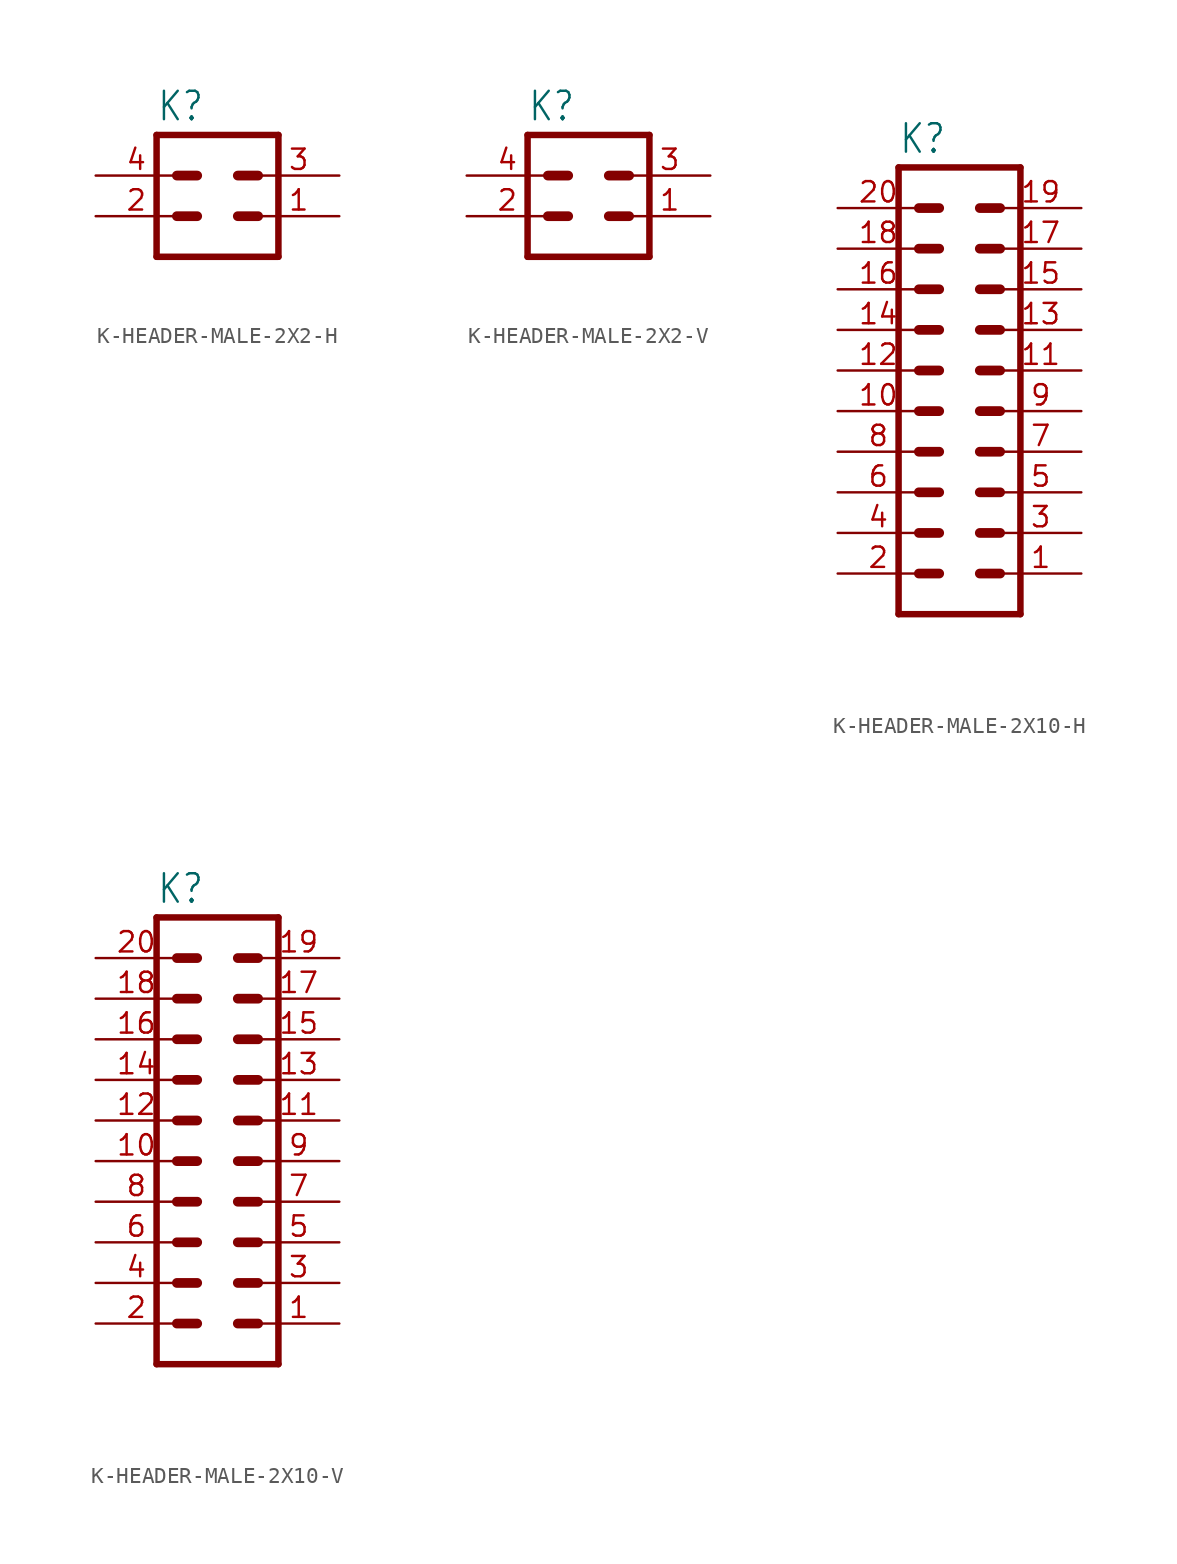
<source format=kicad_sym>
(kicad_symbol_lib
  (version 20231120)
  (generator "kicad_symbol_editor")
  (generator_version "8.0")
  (symbol "K-HEADER-MALE-2X2-H"
    (property "Reference" "K"
      (at -3.81 3.302 0)
      (effects (font (size 1.778 1.511)) (justify left bottom)))
    (property "Value" ""
      (at -3.81 -7.62 0)
      (effects (font (size 1.778 1.511)) (justify left bottom)))
    (property "ki_locked" ""
      (at 0 0 0)
      (effects (font (size 1.27 1.27))))
    (symbol "K-HEADER-MALE-2X2-H_1_0"
      (polyline (pts (xy -3.81 2.54) (xy -3.81 -5.08)) (stroke (width 0.406) (type solid)) (fill (type none)))
      (polyline (pts (xy -3.81 2.54) (xy 3.81 2.54)) (stroke (width 0.406) (type solid)) (fill (type none)))
      (polyline (pts (xy -2.54 -2.54) (xy -1.27 -2.54)) (stroke (width 0.61) (type solid)) (fill (type none)))
      (polyline (pts (xy -2.54 0) (xy -1.27 0)) (stroke (width 0.61) (type solid)) (fill (type none)))
      (polyline (pts (xy 1.27 -2.54) (xy 2.54 -2.54)) (stroke (width 0.61) (type solid)) (fill (type none)))
      (polyline (pts (xy 1.27 0) (xy 2.54 0)) (stroke (width 0.61) (type solid)) (fill (type none)))
      (polyline (pts (xy 3.81 -5.08) (xy -3.81 -5.08)) (stroke (width 0.406) (type solid)) (fill (type none)))
      (polyline (pts (xy 3.81 -5.08) (xy 3.81 2.54)) (stroke (width 0.406) (type solid)) (fill (type none)))
      (pin passive line (at 7.62 -2.54 180) (length 5.08) (name "1" (effects (font (size 0 0)))) (number "1" (effects (font (size 1.27 1.27)))))
      (pin passive line (at -7.62 -2.54 0) (length 5.08) (name "2" (effects (font (size 0 0)))) (number "2" (effects (font (size 1.27 1.27)))))
      (pin passive line (at 7.62 0 180) (length 5.08) (name "3" (effects (font (size 0 0)))) (number "3" (effects (font (size 1.27 1.27)))))
      (pin passive line (at -7.62 0 0) (length 5.08) (name "4" (effects (font (size 0 0)))) (number "4" (effects (font (size 1.27 1.27)))))))
  (symbol "K-HEADER-MALE-2X2-V"
    (property "Reference" "K"
      (at -3.81 3.302 0)
      (effects (font (size 1.778 1.511)) (justify left bottom)))
    (property "Value" ""
      (at -3.81 -7.62 0)
      (effects (font (size 1.778 1.511)) (justify left bottom)))
    (property "ki_locked" ""
      (at 0 0 0)
      (effects (font (size 1.27 1.27))))
    (symbol "K-HEADER-MALE-2X2-V_1_0"
      (polyline (pts (xy -3.81 2.54) (xy -3.81 -5.08)) (stroke (width 0.406) (type solid)) (fill (type none)))
      (polyline (pts (xy -3.81 2.54) (xy 3.81 2.54)) (stroke (width 0.406) (type solid)) (fill (type none)))
      (polyline (pts (xy -2.54 -2.54) (xy -1.27 -2.54)) (stroke (width 0.61) (type solid)) (fill (type none)))
      (polyline (pts (xy -2.54 0) (xy -1.27 0)) (stroke (width 0.61) (type solid)) (fill (type none)))
      (polyline (pts (xy 1.27 -2.54) (xy 2.54 -2.54)) (stroke (width 0.61) (type solid)) (fill (type none)))
      (polyline (pts (xy 1.27 0) (xy 2.54 0)) (stroke (width 0.61) (type solid)) (fill (type none)))
      (polyline (pts (xy 3.81 -5.08) (xy -3.81 -5.08)) (stroke (width 0.406) (type solid)) (fill (type none)))
      (polyline (pts (xy 3.81 -5.08) (xy 3.81 2.54)) (stroke (width 0.406) (type solid)) (fill (type none)))
      (pin passive line (at 7.62 -2.54 180) (length 5.08) (name "1" (effects (font (size 0 0)))) (number "1" (effects (font (size 1.27 1.27)))))
      (pin passive line (at -7.62 -2.54 0) (length 5.08) (name "2" (effects (font (size 0 0)))) (number "2" (effects (font (size 1.27 1.27)))))
      (pin passive line (at 7.62 0 180) (length 5.08) (name "3" (effects (font (size 0 0)))) (number "3" (effects (font (size 1.27 1.27)))))
      (pin passive line (at -7.62 0 0) (length 5.08) (name "4" (effects (font (size 0 0)))) (number "4" (effects (font (size 1.27 1.27)))))))
  (symbol "K-HEADER-MALE-2X10-H"
    (property "Reference" "K"
      (at -3.81 16.002 0)
      (effects (font (size 1.778 1.511)) (justify left bottom)))
    (property "Value" ""
      (at -3.81 -15.24 0)
      (effects (font (size 1.778 1.511)) (justify left bottom)))
    (property "ki_locked" ""
      (at 0 0 0)
      (effects (font (size 1.27 1.27))))
    (symbol "K-HEADER-MALE-2X10-H_1_0"
      (polyline (pts (xy -3.81 15.24) (xy -3.81 -12.7)) (stroke (width 0.406) (type solid)) (fill (type none)))
      (polyline (pts (xy -3.81 15.24) (xy 3.81 15.24)) (stroke (width 0.406) (type solid)) (fill (type none)))
      (polyline (pts (xy -2.54 -10.16) (xy -1.27 -10.16)) (stroke (width 0.61) (type solid)) (fill (type none)))
      (polyline (pts (xy -2.54 -7.62) (xy -1.27 -7.62)) (stroke (width 0.61) (type solid)) (fill (type none)))
      (polyline (pts (xy -2.54 -5.08) (xy -1.27 -5.08)) (stroke (width 0.61) (type solid)) (fill (type none)))
      (polyline (pts (xy -2.54 -2.54) (xy -1.27 -2.54)) (stroke (width 0.61) (type solid)) (fill (type none)))
      (polyline (pts (xy -2.54 0) (xy -1.27 0)) (stroke (width 0.61) (type solid)) (fill (type none)))
      (polyline (pts (xy -2.54 2.54) (xy -1.27 2.54)) (stroke (width 0.61) (type solid)) (fill (type none)))
      (polyline (pts (xy -2.54 5.08) (xy -1.27 5.08)) (stroke (width 0.61) (type solid)) (fill (type none)))
      (polyline (pts (xy -2.54 7.62) (xy -1.27 7.62)) (stroke (width 0.61) (type solid)) (fill (type none)))
      (polyline (pts (xy -2.54 10.16) (xy -1.27 10.16)) (stroke (width 0.61) (type solid)) (fill (type none)))
      (polyline (pts (xy -2.54 12.7) (xy -1.27 12.7)) (stroke (width 0.61) (type solid)) (fill (type none)))
      (polyline (pts (xy 1.27 -10.16) (xy 2.54 -10.16)) (stroke (width 0.61) (type solid)) (fill (type none)))
      (polyline (pts (xy 1.27 -7.62) (xy 2.54 -7.62)) (stroke (width 0.61) (type solid)) (fill (type none)))
      (polyline (pts (xy 1.27 -5.08) (xy 2.54 -5.08)) (stroke (width 0.61) (type solid)) (fill (type none)))
      (polyline (pts (xy 1.27 -2.54) (xy 2.54 -2.54)) (stroke (width 0.61) (type solid)) (fill (type none)))
      (polyline (pts (xy 1.27 0) (xy 2.54 0)) (stroke (width 0.61) (type solid)) (fill (type none)))
      (polyline (pts (xy 1.27 2.54) (xy 2.54 2.54)) (stroke (width 0.61) (type solid)) (fill (type none)))
      (polyline (pts (xy 1.27 5.08) (xy 2.54 5.08)) (stroke (width 0.61) (type solid)) (fill (type none)))
      (polyline (pts (xy 1.27 7.62) (xy 2.54 7.62)) (stroke (width 0.61) (type solid)) (fill (type none)))
      (polyline (pts (xy 1.27 10.16) (xy 2.54 10.16)) (stroke (width 0.61) (type solid)) (fill (type none)))
      (polyline (pts (xy 1.27 12.7) (xy 2.54 12.7)) (stroke (width 0.61) (type solid)) (fill (type none)))
      (polyline (pts (xy 3.81 -12.7) (xy -3.81 -12.7)) (stroke (width 0.406) (type solid)) (fill (type none)))
      (polyline (pts (xy 3.81 -12.7) (xy 3.81 15.24)) (stroke (width 0.406) (type solid)) (fill (type none)))
      (pin passive line (at 7.62 -10.16 180) (length 5.08) (name "1" (effects (font (size 0 0)))) (number "1" (effects (font (size 1.27 1.27)))))
      (pin passive line (at -7.62 0 0) (length 5.08) (name "10" (effects (font (size 0 0)))) (number "10" (effects (font (size 1.27 1.27)))))
      (pin passive line (at 7.62 2.54 180) (length 5.08) (name "11" (effects (font (size 0 0)))) (number "11" (effects (font (size 1.27 1.27)))))
      (pin passive line (at -7.62 2.54 0) (length 5.08) (name "12" (effects (font (size 0 0)))) (number "12" (effects (font (size 1.27 1.27)))))
      (pin passive line (at 7.62 5.08 180) (length 5.08) (name "13" (effects (font (size 0 0)))) (number "13" (effects (font (size 1.27 1.27)))))
      (pin passive line (at -7.62 5.08 0) (length 5.08) (name "14" (effects (font (size 0 0)))) (number "14" (effects (font (size 1.27 1.27)))))
      (pin passive line (at 7.62 7.62 180) (length 5.08) (name "15" (effects (font (size 0 0)))) (number "15" (effects (font (size 1.27 1.27)))))
      (pin passive line (at -7.62 7.62 0) (length 5.08) (name "16" (effects (font (size 0 0)))) (number "16" (effects (font (size 1.27 1.27)))))
      (pin passive line (at 7.62 10.16 180) (length 5.08) (name "17" (effects (font (size 0 0)))) (number "17" (effects (font (size 1.27 1.27)))))
      (pin passive line (at -7.62 10.16 0) (length 5.08) (name "18" (effects (font (size 0 0)))) (number "18" (effects (font (size 1.27 1.27)))))
      (pin passive line (at 7.62 12.7 180) (length 5.08) (name "19" (effects (font (size 0 0)))) (number "19" (effects (font (size 1.27 1.27)))))
      (pin passive line (at -7.62 -10.16 0) (length 5.08) (name "2" (effects (font (size 0 0)))) (number "2" (effects (font (size 1.27 1.27)))))
      (pin passive line (at -7.62 12.7 0) (length 5.08) (name "20" (effects (font (size 0 0)))) (number "20" (effects (font (size 1.27 1.27)))))
      (pin passive line (at 7.62 -7.62 180) (length 5.08) (name "3" (effects (font (size 0 0)))) (number "3" (effects (font (size 1.27 1.27)))))
      (pin passive line (at -7.62 -7.62 0) (length 5.08) (name "4" (effects (font (size 0 0)))) (number "4" (effects (font (size 1.27 1.27)))))
      (pin passive line (at 7.62 -5.08 180) (length 5.08) (name "5" (effects (font (size 0 0)))) (number "5" (effects (font (size 1.27 1.27)))))
      (pin passive line (at -7.62 -5.08 0) (length 5.08) (name "6" (effects (font (size 0 0)))) (number "6" (effects (font (size 1.27 1.27)))))
      (pin passive line (at 7.62 -2.54 180) (length 5.08) (name "7" (effects (font (size 0 0)))) (number "7" (effects (font (size 1.27 1.27)))))
      (pin passive line (at -7.62 -2.54 0) (length 5.08) (name "8" (effects (font (size 0 0)))) (number "8" (effects (font (size 1.27 1.27)))))
      (pin passive line (at 7.62 0 180) (length 5.08) (name "9" (effects (font (size 0 0)))) (number "9" (effects (font (size 1.27 1.27)))))))
  (symbol "K-HEADER-MALE-2X10-V"
    (property "Reference" "K"
      (at -3.81 16.002 0)
      (effects (font (size 1.778 1.511)) (justify left bottom)))
    (property "Value" ""
      (at -3.81 -15.24 0)
      (effects (font (size 1.778 1.511)) (justify left bottom)))
    (property "ki_locked" ""
      (at 0 0 0)
      (effects (font (size 1.27 1.27))))
    (symbol "K-HEADER-MALE-2X10-V_1_0"
      (polyline (pts (xy -3.81 15.24) (xy -3.81 -12.7)) (stroke (width 0.406) (type solid)) (fill (type none)))
      (polyline (pts (xy -3.81 15.24) (xy 3.81 15.24)) (stroke (width 0.406) (type solid)) (fill (type none)))
      (polyline (pts (xy -2.54 -10.16) (xy -1.27 -10.16)) (stroke (width 0.61) (type solid)) (fill (type none)))
      (polyline (pts (xy -2.54 -7.62) (xy -1.27 -7.62)) (stroke (width 0.61) (type solid)) (fill (type none)))
      (polyline (pts (xy -2.54 -5.08) (xy -1.27 -5.08)) (stroke (width 0.61) (type solid)) (fill (type none)))
      (polyline (pts (xy -2.54 -2.54) (xy -1.27 -2.54)) (stroke (width 0.61) (type solid)) (fill (type none)))
      (polyline (pts (xy -2.54 0) (xy -1.27 0)) (stroke (width 0.61) (type solid)) (fill (type none)))
      (polyline (pts (xy -2.54 2.54) (xy -1.27 2.54)) (stroke (width 0.61) (type solid)) (fill (type none)))
      (polyline (pts (xy -2.54 5.08) (xy -1.27 5.08)) (stroke (width 0.61) (type solid)) (fill (type none)))
      (polyline (pts (xy -2.54 7.62) (xy -1.27 7.62)) (stroke (width 0.61) (type solid)) (fill (type none)))
      (polyline (pts (xy -2.54 10.16) (xy -1.27 10.16)) (stroke (width 0.61) (type solid)) (fill (type none)))
      (polyline (pts (xy -2.54 12.7) (xy -1.27 12.7)) (stroke (width 0.61) (type solid)) (fill (type none)))
      (polyline (pts (xy 1.27 -10.16) (xy 2.54 -10.16)) (stroke (width 0.61) (type solid)) (fill (type none)))
      (polyline (pts (xy 1.27 -7.62) (xy 2.54 -7.62)) (stroke (width 0.61) (type solid)) (fill (type none)))
      (polyline (pts (xy 1.27 -5.08) (xy 2.54 -5.08)) (stroke (width 0.61) (type solid)) (fill (type none)))
      (polyline (pts (xy 1.27 -2.54) (xy 2.54 -2.54)) (stroke (width 0.61) (type solid)) (fill (type none)))
      (polyline (pts (xy 1.27 0) (xy 2.54 0)) (stroke (width 0.61) (type solid)) (fill (type none)))
      (polyline (pts (xy 1.27 2.54) (xy 2.54 2.54)) (stroke (width 0.61) (type solid)) (fill (type none)))
      (polyline (pts (xy 1.27 5.08) (xy 2.54 5.08)) (stroke (width 0.61) (type solid)) (fill (type none)))
      (polyline (pts (xy 1.27 7.62) (xy 2.54 7.62)) (stroke (width 0.61) (type solid)) (fill (type none)))
      (polyline (pts (xy 1.27 10.16) (xy 2.54 10.16)) (stroke (width 0.61) (type solid)) (fill (type none)))
      (polyline (pts (xy 1.27 12.7) (xy 2.54 12.7)) (stroke (width 0.61) (type solid)) (fill (type none)))
      (polyline (pts (xy 3.81 -12.7) (xy -3.81 -12.7)) (stroke (width 0.406) (type solid)) (fill (type none)))
      (polyline (pts (xy 3.81 -12.7) (xy 3.81 15.24)) (stroke (width 0.406) (type solid)) (fill (type none)))
      (pin passive line (at 7.62 -10.16 180) (length 5.08) (name "1" (effects (font (size 0 0)))) (number "1" (effects (font (size 1.27 1.27)))))
      (pin passive line (at -7.62 0 0) (length 5.08) (name "10" (effects (font (size 0 0)))) (number "10" (effects (font (size 1.27 1.27)))))
      (pin passive line (at 7.62 2.54 180) (length 5.08) (name "11" (effects (font (size 0 0)))) (number "11" (effects (font (size 1.27 1.27)))))
      (pin passive line (at -7.62 2.54 0) (length 5.08) (name "12" (effects (font (size 0 0)))) (number "12" (effects (font (size 1.27 1.27)))))
      (pin passive line (at 7.62 5.08 180) (length 5.08) (name "13" (effects (font (size 0 0)))) (number "13" (effects (font (size 1.27 1.27)))))
      (pin passive line (at -7.62 5.08 0) (length 5.08) (name "14" (effects (font (size 0 0)))) (number "14" (effects (font (size 1.27 1.27)))))
      (pin passive line (at 7.62 7.62 180) (length 5.08) (name "15" (effects (font (size 0 0)))) (number "15" (effects (font (size 1.27 1.27)))))
      (pin passive line (at -7.62 7.62 0) (length 5.08) (name "16" (effects (font (size 0 0)))) (number "16" (effects (font (size 1.27 1.27)))))
      (pin passive line (at 7.62 10.16 180) (length 5.08) (name "17" (effects (font (size 0 0)))) (number "17" (effects (font (size 1.27 1.27)))))
      (pin passive line (at -7.62 10.16 0) (length 5.08) (name "18" (effects (font (size 0 0)))) (number "18" (effects (font (size 1.27 1.27)))))
      (pin passive line (at 7.62 12.7 180) (length 5.08) (name "19" (effects (font (size 0 0)))) (number "19" (effects (font (size 1.27 1.27)))))
      (pin passive line (at -7.62 -10.16 0) (length 5.08) (name "2" (effects (font (size 0 0)))) (number "2" (effects (font (size 1.27 1.27)))))
      (pin passive line (at -7.62 12.7 0) (length 5.08) (name "20" (effects (font (size 0 0)))) (number "20" (effects (font (size 1.27 1.27)))))
      (pin passive line (at 7.62 -7.62 180) (length 5.08) (name "3" (effects (font (size 0 0)))) (number "3" (effects (font (size 1.27 1.27)))))
      (pin passive line (at -7.62 -7.62 0) (length 5.08) (name "4" (effects (font (size 0 0)))) (number "4" (effects (font (size 1.27 1.27)))))
      (pin passive line (at 7.62 -5.08 180) (length 5.08) (name "5" (effects (font (size 0 0)))) (number "5" (effects (font (size 1.27 1.27)))))
      (pin passive line (at -7.62 -5.08 0) (length 5.08) (name "6" (effects (font (size 0 0)))) (number "6" (effects (font (size 1.27 1.27)))))
      (pin passive line (at 7.62 -2.54 180) (length 5.08) (name "7" (effects (font (size 0 0)))) (number "7" (effects (font (size 1.27 1.27)))))
      (pin passive line (at -7.62 -2.54 0) (length 5.08) (name "8" (effects (font (size 0 0)))) (number "8" (effects (font (size 1.27 1.27)))))
      (pin passive line (at 7.62 0 180) (length 5.08) (name "9" (effects (font (size 0 0)))) (number "9" (effects (font (size 1.27 1.27))))))))
</source>
